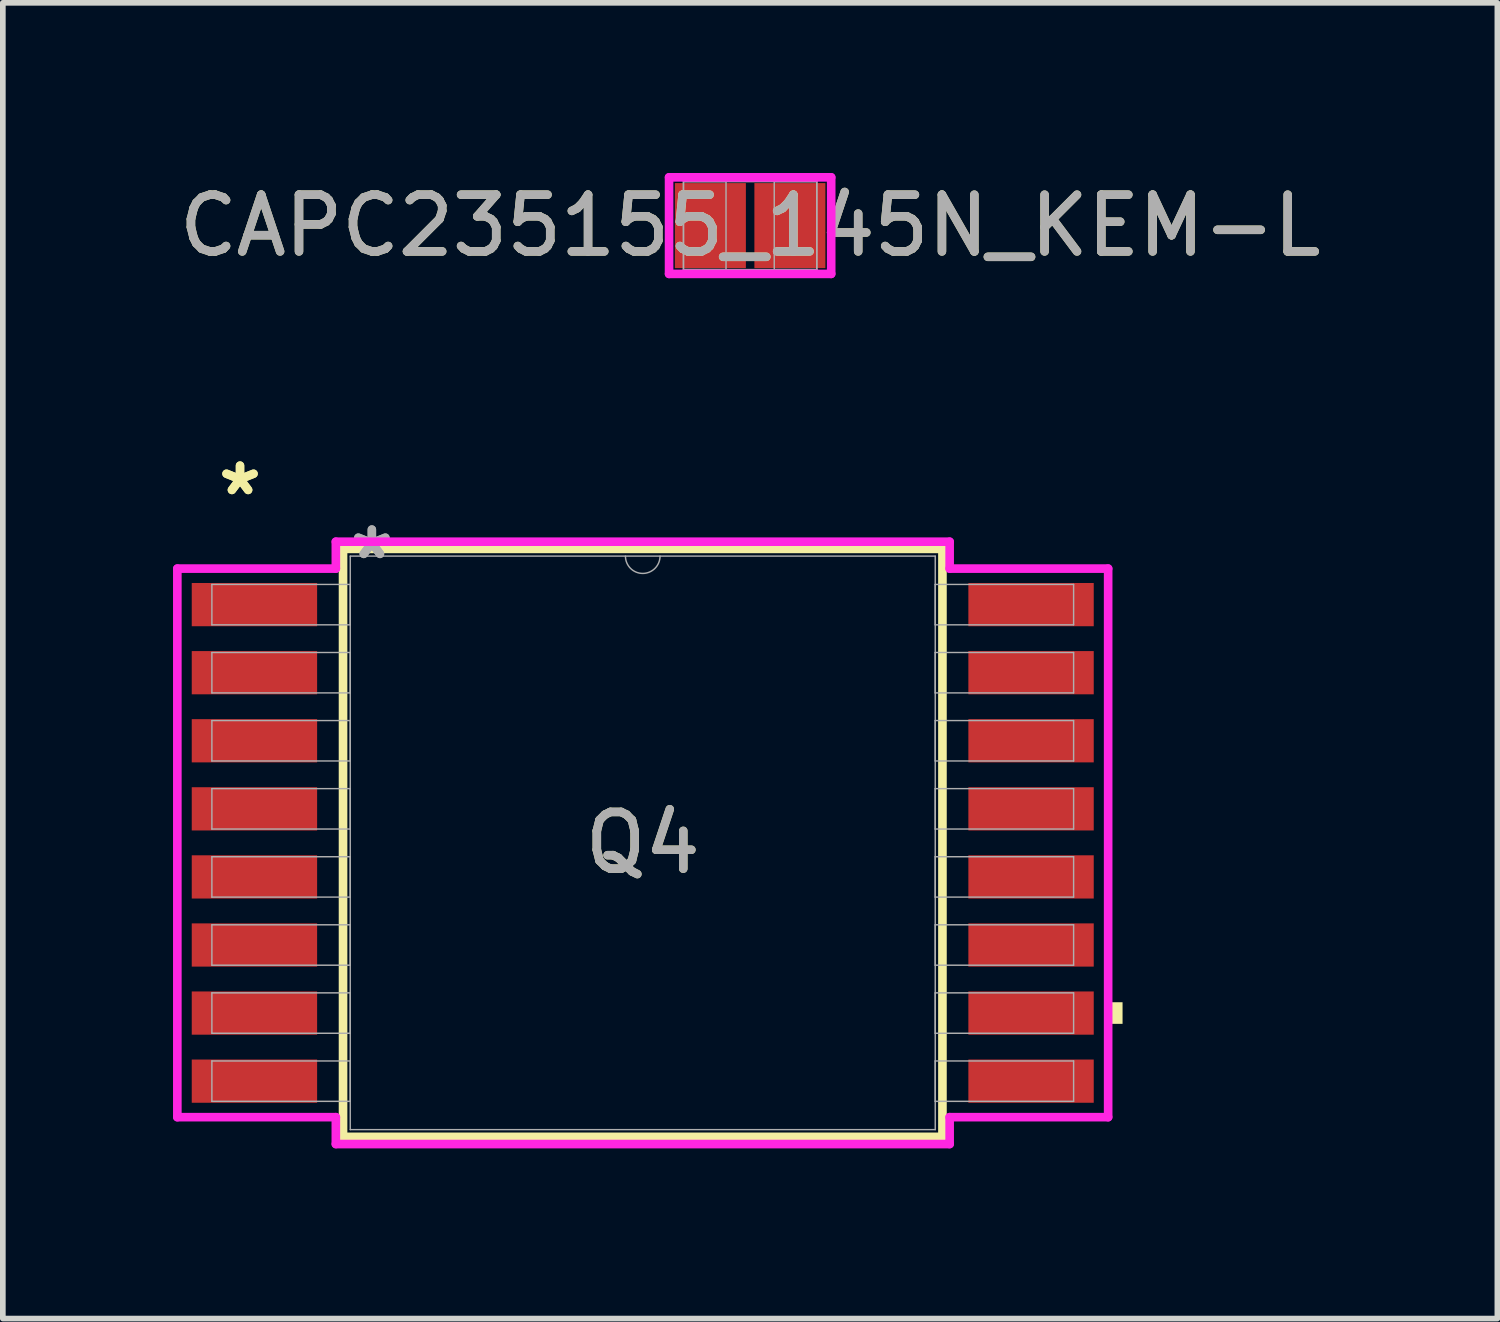
<source format=kicad_pcb>
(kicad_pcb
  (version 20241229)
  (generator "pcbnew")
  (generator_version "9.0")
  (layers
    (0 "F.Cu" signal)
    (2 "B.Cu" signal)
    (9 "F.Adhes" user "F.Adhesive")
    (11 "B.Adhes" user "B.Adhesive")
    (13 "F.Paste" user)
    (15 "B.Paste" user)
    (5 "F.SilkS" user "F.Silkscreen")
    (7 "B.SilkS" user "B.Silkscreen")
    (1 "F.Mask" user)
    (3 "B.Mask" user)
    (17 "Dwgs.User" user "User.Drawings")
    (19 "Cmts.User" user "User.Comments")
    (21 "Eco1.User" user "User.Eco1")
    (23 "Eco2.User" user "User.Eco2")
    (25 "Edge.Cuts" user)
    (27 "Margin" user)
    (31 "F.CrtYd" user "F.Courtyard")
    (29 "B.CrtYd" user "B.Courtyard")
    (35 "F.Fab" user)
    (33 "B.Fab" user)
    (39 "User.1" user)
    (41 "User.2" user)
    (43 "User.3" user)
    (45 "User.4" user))
  (footprint "CAPC235155_145N_KEM-L"
    (layer "F.Cu")
    (at 10.173 0.927)
    (property "Reference" "CAPC235155_145N_KEM-L" (at 0 0 0) (unlocked yes) (layer "F.SilkS") (effects (font (size 1 1) (thickness 0.15))))
    (attr smd)
    (fp_line (start -1.429 -0.851) (end 1.429 -0.851) (stroke (width 0.152) (type solid)) (layer "F.CrtYd"))
    (fp_line (start -1.429 0.851) (end -1.429 -0.851) (stroke (width 0.152) (type solid)) (layer "F.CrtYd"))
    (fp_line (start 1.429 -0.851) (end 1.429 0.851) (stroke (width 0.152) (type solid)) (layer "F.CrtYd"))
    (fp_line (start 1.429 0.851) (end -1.429 0.851) (stroke (width 0.152) (type solid)) (layer "F.CrtYd"))
    (fp_line (start -1.175 -0.775) (end -1.175 0.775) (stroke (width 0.025) (type solid)) (layer "F.Fab"))
    (fp_line (start -1.175 -0.775) (end -1.175 0.775) (stroke (width 0.025) (type solid)) (layer "F.Fab"))
    (fp_line (start -1.175 0.775) (end -0.425 0.775) (stroke (width 0.025) (type solid)) (layer "F.Fab"))
    (fp_line (start -1.175 0.775) (end 1.175 0.775) (stroke (width 0.025) (type solid)) (layer "F.Fab"))
    (fp_line (start -0.425 -0.775) (end -1.175 -0.775) (stroke (width 0.025) (type solid)) (layer "F.Fab"))
    (fp_line (start -0.425 0.775) (end -0.425 -0.775) (stroke (width 0.025) (type solid)) (layer "F.Fab"))
    (fp_line (start 0.425 -0.775) (end 0.425 0.775) (stroke (width 0.025) (type solid)) (layer "F.Fab"))
    (fp_line (start 0.425 0.775) (end 1.175 0.775) (stroke (width 0.025) (type solid)) (layer "F.Fab"))
    (fp_line (start 1.175 -0.775) (end -1.175 -0.775) (stroke (width 0.025) (type solid)) (layer "F.Fab"))
    (fp_line (start 1.175 -0.775) (end 0.425 -0.775) (stroke (width 0.025) (type solid)) (layer "F.Fab"))
    (fp_line (start 1.175 0.775) (end 1.175 -0.775) (stroke (width 0.025) (type solid)) (layer "F.Fab"))
    (fp_line (start 1.175 0.775) (end 1.175 -0.775) (stroke (width 0.025) (type solid)) (layer "F.Fab"))
    (fp_text user "${REFERENCE}" (at 0 0 0) (unlocked yes) (layer "F.Fab") (effects (font (size 1 1) (thickness 0.15))))
    (pad "1" smd rect (at -0.701 0) (size 1.252 1.499) (layers "F.Cu" "F.Mask" "F.Paste"))
    (pad "2" smd rect (at 0.701 0) (size 1.252 1.499) (layers "F.Cu" "F.Mask" "F.Paste"))
    (zone (net_name "") (layer "F.Cu") (hatch full 0.508) (connect_pads) (min_thickness 0.254) (filled_areas_thickness no) (keepout (tracks not_allowed) (vias not_allowed) (pads allowed) (copperpour not_allowed) (footprints allowed)) (placement (enabled no)) (fill) (polygon (pts (xy 10.148 0.203) (xy 10.197 0.203) (xy 10.197 1.652) (xy 10.148 1.652)))))
  (footprint "Q4"
    (layer "F.Cu")
    (at 8.28 11.808)
    (property "Reference" "Q4" (at 0 0 0) (unlocked yes) (layer "F.SilkS") (effects (font (size 1 1) (thickness 0.15))))
    (attr smd)
    (fp_line (start -5.283 -5.182) (end -5.283 5.182) (stroke (width 0.152) (type solid)) (layer "F.SilkS"))
    (fp_line (start -5.283 5.182) (end 5.283 5.182) (stroke (width 0.152) (type solid)) (layer "F.SilkS"))
    (fp_line (start 5.283 -5.182) (end -5.283 -5.182) (stroke (width 0.152) (type solid)) (layer "F.SilkS"))
    (fp_line (start 5.283 5.182) (end 5.283 -5.182) (stroke (width 0.152) (type solid)) (layer "F.SilkS"))
    (fp_poly (pts (xy 8.458 2.809) (xy 8.458 3.19) (xy 8.204 3.19) (xy 8.204 2.809)) (stroke (width 0) (type solid)) (fill yes) (layer "F.SilkS"))
    (fp_line (start -8.204 -4.835) (end -5.41 -4.835) (stroke (width 0.152) (type solid)) (layer "F.CrtYd"))
    (fp_line (start -8.204 4.835) (end -8.204 -4.835) (stroke (width 0.152) (type solid)) (layer "F.CrtYd"))
    (fp_line (start -8.204 4.835) (end -5.41 4.835) (stroke (width 0.152) (type solid)) (layer "F.CrtYd"))
    (fp_line (start -5.41 -5.309) (end 5.41 -5.309) (stroke (width 0.152) (type solid)) (layer "F.CrtYd"))
    (fp_line (start -5.41 -4.835) (end -5.41 -5.309) (stroke (width 0.152) (type solid)) (layer "F.CrtYd"))
    (fp_line (start -5.41 5.309) (end -5.41 4.835) (stroke (width 0.152) (type solid)) (layer "F.CrtYd"))
    (fp_line (start 5.41 -5.309) (end 5.41 -4.835) (stroke (width 0.152) (type solid)) (layer "F.CrtYd"))
    (fp_line (start 5.41 4.835) (end 5.41 5.309) (stroke (width 0.152) (type solid)) (layer "F.CrtYd"))
    (fp_line (start 5.41 5.309) (end -5.41 5.309) (stroke (width 0.152) (type solid)) (layer "F.CrtYd"))
    (fp_line (start 8.204 -4.835) (end 5.41 -4.835) (stroke (width 0.152) (type solid)) (layer "F.CrtYd"))
    (fp_line (start 8.204 -4.835) (end 8.204 4.835) (stroke (width 0.152) (type solid)) (layer "F.CrtYd"))
    (fp_line (start 8.204 4.835) (end 5.41 4.835) (stroke (width 0.152) (type solid)) (layer "F.CrtYd"))
    (fp_line (start -7.595 -4.556) (end -7.595 -3.844) (stroke (width 0.025) (type solid)) (layer "F.Fab"))
    (fp_line (start -7.595 -3.844) (end -5.156 -3.844) (stroke (width 0.025) (type solid)) (layer "F.Fab"))
    (fp_line (start -7.595 -3.356) (end -7.595 -2.644) (stroke (width 0.025) (type solid)) (layer "F.Fab"))
    (fp_line (start -7.595 -2.644) (end -5.156 -2.644) (stroke (width 0.025) (type solid)) (layer "F.Fab"))
    (fp_line (start -7.595 -2.156) (end -7.595 -1.444) (stroke (width 0.025) (type solid)) (layer "F.Fab"))
    (fp_line (start -7.595 -1.444) (end -5.156 -1.444) (stroke (width 0.025) (type solid)) (layer "F.Fab"))
    (fp_line (start -7.595 -0.956) (end -7.595 -0.244) (stroke (width 0.025) (type solid)) (layer "F.Fab"))
    (fp_line (start -7.595 -0.244) (end -5.156 -0.244) (stroke (width 0.025) (type solid)) (layer "F.Fab"))
    (fp_line (start -7.595 0.244) (end -7.595 0.956) (stroke (width 0.025) (type solid)) (layer "F.Fab"))
    (fp_line (start -7.595 0.956) (end -5.156 0.956) (stroke (width 0.025) (type solid)) (layer "F.Fab"))
    (fp_line (start -7.595 1.444) (end -7.595 2.156) (stroke (width 0.025) (type solid)) (layer "F.Fab"))
    (fp_line (start -7.595 2.156) (end -5.156 2.156) (stroke (width 0.025) (type solid)) (layer "F.Fab"))
    (fp_line (start -7.595 2.644) (end -7.595 3.356) (stroke (width 0.025) (type solid)) (layer "F.Fab"))
    (fp_line (start -7.595 3.356) (end -5.156 3.356) (stroke (width 0.025) (type solid)) (layer "F.Fab"))
    (fp_line (start -7.595 3.844) (end -7.595 4.556) (stroke (width 0.025) (type solid)) (layer "F.Fab"))
    (fp_line (start -7.595 4.556) (end -5.156 4.556) (stroke (width 0.025) (type solid)) (layer "F.Fab"))
    (fp_line (start -5.156 -5.055) (end -5.156 5.055) (stroke (width 0.025) (type solid)) (layer "F.Fab"))
    (fp_line (start -5.156 -4.556) (end -7.595 -4.556) (stroke (width 0.025) (type solid)) (layer "F.Fab"))
    (fp_line (start -5.156 -3.844) (end -5.156 -4.556) (stroke (width 0.025) (type solid)) (layer "F.Fab"))
    (fp_line (start -5.156 -3.356) (end -7.595 -3.356) (stroke (width 0.025) (type solid)) (layer "F.Fab"))
    (fp_line (start -5.156 -2.644) (end -5.156 -3.356) (stroke (width 0.025) (type solid)) (layer "F.Fab"))
    (fp_line (start -5.156 -2.156) (end -7.595 -2.156) (stroke (width 0.025) (type solid)) (layer "F.Fab"))
    (fp_line (start -5.156 -1.444) (end -5.156 -2.156) (stroke (width 0.025) (type solid)) (layer "F.Fab"))
    (fp_line (start -5.156 -0.956) (end -7.595 -0.956) (stroke (width 0.025) (type solid)) (layer "F.Fab"))
    (fp_line (start -5.156 -0.244) (end -5.156 -0.956) (stroke (width 0.025) (type solid)) (layer "F.Fab"))
    (fp_line (start -5.156 0.244) (end -7.595 0.244) (stroke (width 0.025) (type solid)) (layer "F.Fab"))
    (fp_line (start -5.156 0.956) (end -5.156 0.244) (stroke (width 0.025) (type solid)) (layer "F.Fab"))
    (fp_line (start -5.156 1.444) (end -7.595 1.444) (stroke (width 0.025) (type solid)) (layer "F.Fab"))
    (fp_line (start -5.156 2.156) (end -5.156 1.444) (stroke (width 0.025) (type solid)) (layer "F.Fab"))
    (fp_line (start -5.156 2.644) (end -7.595 2.644) (stroke (width 0.025) (type solid)) (layer "F.Fab"))
    (fp_line (start -5.156 3.356) (end -5.156 2.644) (stroke (width 0.025) (type solid)) (layer "F.Fab"))
    (fp_line (start -5.156 3.844) (end -7.595 3.844) (stroke (width 0.025) (type solid)) (layer "F.Fab"))
    (fp_line (start -5.156 4.556) (end -5.156 3.844) (stroke (width 0.025) (type solid)) (layer "F.Fab"))
    (fp_line (start -5.156 5.055) (end 5.156 5.055) (stroke (width 0.025) (type solid)) (layer "F.Fab"))
    (fp_line (start 5.156 -5.055) (end -5.156 -5.055) (stroke (width 0.025) (type solid)) (layer "F.Fab"))
    (fp_line (start 5.156 -4.556) (end 5.156 -3.844) (stroke (width 0.025) (type solid)) (layer "F.Fab"))
    (fp_line (start 5.156 -3.844) (end 7.595 -3.844) (stroke (width 0.025) (type solid)) (layer "F.Fab"))
    (fp_line (start 5.156 -3.356) (end 5.156 -2.644) (stroke (width 0.025) (type solid)) (layer "F.Fab"))
    (fp_line (start 5.156 -2.644) (end 7.595 -2.644) (stroke (width 0.025) (type solid)) (layer "F.Fab"))
    (fp_line (start 5.156 -2.156) (end 5.156 -1.444) (stroke (width 0.025) (type solid)) (layer "F.Fab"))
    (fp_line (start 5.156 -1.444) (end 7.595 -1.444) (stroke (width 0.025) (type solid)) (layer "F.Fab"))
    (fp_line (start 5.156 -0.956) (end 5.156 -0.244) (stroke (width 0.025) (type solid)) (layer "F.Fab"))
    (fp_line (start 5.156 -0.244) (end 7.595 -0.244) (stroke (width 0.025) (type solid)) (layer "F.Fab"))
    (fp_line (start 5.156 0.244) (end 5.156 0.956) (stroke (width 0.025) (type solid)) (layer "F.Fab"))
    (fp_line (start 5.156 0.956) (end 7.595 0.956) (stroke (width 0.025) (type solid)) (layer "F.Fab"))
    (fp_line (start 5.156 1.444) (end 5.156 2.156) (stroke (width 0.025) (type solid)) (layer "F.Fab"))
    (fp_line (start 5.156 2.156) (end 7.595 2.156) (stroke (width 0.025) (type solid)) (layer "F.Fab"))
    (fp_line (start 5.156 2.644) (end 5.156 3.356) (stroke (width 0.025) (type solid)) (layer "F.Fab"))
    (fp_line (start 5.156 3.356) (end 7.595 3.356) (stroke (width 0.025) (type solid)) (layer "F.Fab"))
    (fp_line (start 5.156 3.844) (end 5.156 4.556) (stroke (width 0.025) (type solid)) (layer "F.Fab"))
    (fp_line (start 5.156 4.556) (end 7.595 4.556) (stroke (width 0.025) (type solid)) (layer "F.Fab"))
    (fp_line (start 5.156 5.055) (end 5.156 -5.055) (stroke (width 0.025) (type solid)) (layer "F.Fab"))
    (fp_line (start 7.595 -4.556) (end 5.156 -4.556) (stroke (width 0.025) (type solid)) (layer "F.Fab"))
    (fp_line (start 7.595 -3.844) (end 7.595 -4.556) (stroke (width 0.025) (type solid)) (layer "F.Fab"))
    (fp_line (start 7.595 -3.356) (end 5.156 -3.356) (stroke (width 0.025) (type solid)) (layer "F.Fab"))
    (fp_line (start 7.595 -2.644) (end 7.595 -3.356) (stroke (width 0.025) (type solid)) (layer "F.Fab"))
    (fp_line (start 7.595 -2.156) (end 5.156 -2.156) (stroke (width 0.025) (type solid)) (layer "F.Fab"))
    (fp_line (start 7.595 -1.444) (end 7.595 -2.156) (stroke (width 0.025) (type solid)) (layer "F.Fab"))
    (fp_line (start 7.595 -0.956) (end 5.156 -0.956) (stroke (width 0.025) (type solid)) (layer "F.Fab"))
    (fp_line (start 7.595 -0.244) (end 7.595 -0.956) (stroke (width 0.025) (type solid)) (layer "F.Fab"))
    (fp_line (start 7.595 0.244) (end 5.156 0.244) (stroke (width 0.025) (type solid)) (layer "F.Fab"))
    (fp_line (start 7.595 0.956) (end 7.595 0.244) (stroke (width 0.025) (type solid)) (layer "F.Fab"))
    (fp_line (start 7.595 1.444) (end 5.156 1.444) (stroke (width 0.025) (type solid)) (layer "F.Fab"))
    (fp_line (start 7.595 2.156) (end 7.595 1.444) (stroke (width 0.025) (type solid)) (layer "F.Fab"))
    (fp_line (start 7.595 2.644) (end 5.156 2.644) (stroke (width 0.025) (type solid)) (layer "F.Fab"))
    (fp_line (start 7.595 3.356) (end 7.595 2.644) (stroke (width 0.025) (type solid)) (layer "F.Fab"))
    (fp_line (start 7.595 3.844) (end 5.156 3.844) (stroke (width 0.025) (type solid)) (layer "F.Fab"))
    (fp_line (start 7.595 4.556) (end 7.595 3.844) (stroke (width 0.025) (type solid)) (layer "F.Fab"))
    (fp_arc (start 0.3048 -5.0546) (mid 0 -4.7498) (end -0.3048 -5.0546) (stroke (width 0.0254) (type solid)) (layer "F.Fab"))
    (fp_text user "*" (at -7.099 -6.105 0) (unlocked yes) (layer "F.SilkS") (effects (font (size 1 1) (thickness 0.15))))
    (fp_text user "*" (at -7.099 -6.105 0) (layer "F.SilkS") (effects (font (size 1 1) (thickness 0.15))))
    (fp_text user "${REFERENCE}" (at 0 0 0) (unlocked yes) (layer "F.Fab") (effects (font (size 1 1) (thickness 0.15))))
    (fp_text user "*" (at -4.775 -4.978 0) (layer "F.Fab") (effects (font (size 1 1) (thickness 0.15))))
    (fp_text user "*" (at -4.775 -4.978 0) (unlocked yes) (layer "F.Fab") (effects (font (size 1 1) (thickness 0.15))))
    (pad "1" smd rect (at -6.845 -4.2) (size 2.21 0.762) (layers "F.Cu" "F.Mask" "F.Paste"))
    (pad "2" smd rect (at -6.845 -3) (size 2.21 0.762) (layers "F.Cu" "F.Mask" "F.Paste"))
    (pad "3" smd rect (at -6.845 -1.8) (size 2.21 0.762) (layers "F.Cu" "F.Mask" "F.Paste"))
    (pad "4" smd rect (at -6.845 -0.6) (size 2.21 0.762) (layers "F.Cu" "F.Mask" "F.Paste"))
    (pad "5" smd rect (at -6.845 0.6) (size 2.21 0.762) (layers "F.Cu" "F.Mask" "F.Paste"))
    (pad "6" smd rect (at -6.845 1.8) (size 2.21 0.762) (layers "F.Cu" "F.Mask" "F.Paste"))
    (pad "7" smd rect (at -6.845 3) (size 2.21 0.762) (layers "F.Cu" "F.Mask" "F.Paste"))
    (pad "8" smd rect (at -6.845 4.2) (size 2.21 0.762) (layers "F.Cu" "F.Mask" "F.Paste"))
    (pad "9" smd rect (at 6.845 4.2) (size 2.21 0.762) (layers "F.Cu" "F.Mask" "F.Paste"))
    (pad "10" smd rect (at 6.845 3) (size 2.21 0.762) (layers "F.Cu" "F.Mask" "F.Paste"))
    (pad "11" smd rect (at 6.845 1.8) (size 2.21 0.762) (layers "F.Cu" "F.Mask" "F.Paste"))
    (pad "12" smd rect (at 6.845 0.6) (size 2.21 0.762) (layers "F.Cu" "F.Mask" "F.Paste"))
    (pad "13" smd rect (at 6.845 -0.6) (size 2.21 0.762) (layers "F.Cu" "F.Mask" "F.Paste"))
    (pad "14" smd rect (at 6.845 -1.8) (size 2.21 0.762) (layers "F.Cu" "F.Mask" "F.Paste"))
    (pad "15" smd rect (at 6.845 -3) (size 2.21 0.762) (layers "F.Cu" "F.Mask" "F.Paste"))
    (pad "16" smd rect (at 6.845 -4.2) (size 2.21 0.762) (layers "F.Cu" "F.Mask" "F.Paste")))
  (gr_rect
    (start -3 -3)
    (end 23.345 20.193)
    (stroke (width 0.1) (type default))
    (fill no)
    (layer "Edge.Cuts")))
</source>
